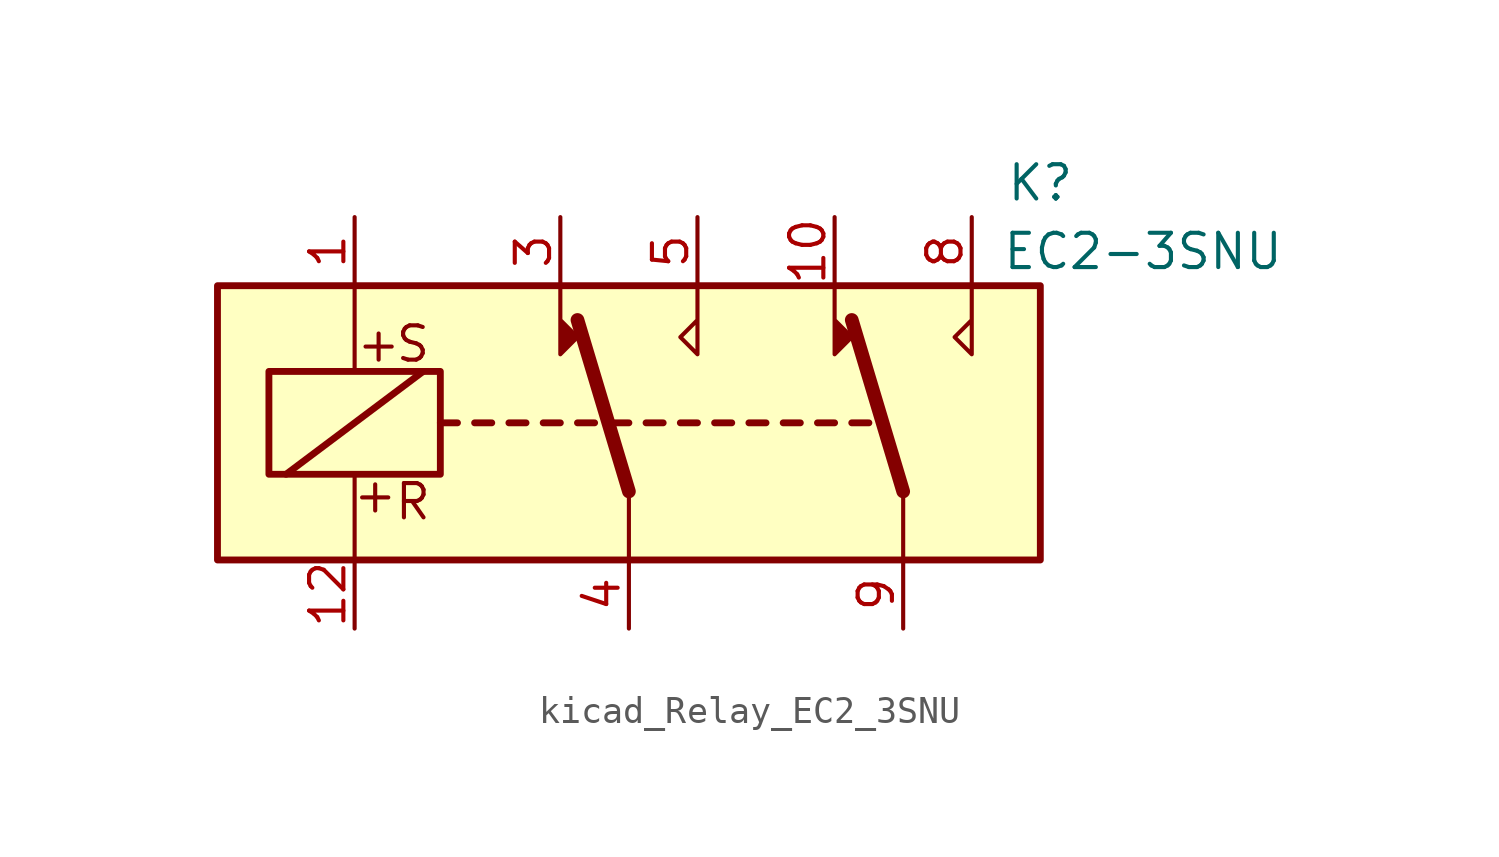
<source format=kicad_sym>
(kicad_symbol_lib
  (version 20220914)
  (generator kicad_symbol_editor)
  (symbol "kicad_Relay_EC2_3SNU"
    (property "Reference" "K"
      (at 15.24 8.89 0)
      (effects (font (size 1.27 1.27))))
    (property "Value" "EC2-3SNU"
      (at 19.05 6.35 0)
      (effects (font (size 1.27 1.27))))
    (symbol "kicad_Relay_EC2_3SNU_0_0"
      (text "S" (at -8.001 2.921 0) (effects (font (size 1.27 1.27)))))
    (symbol "kicad_Relay_EC2_3SNU_1_1"
      (rectangle (start -15.24 5.08) (end 15.24 -5.08) (stroke (width 0.254) (type default)) (fill (type background)))
      (rectangle (start -13.335 1.905) (end -6.985 -1.905) (stroke (width 0.254) (type default)) (fill (type none)))
      (polyline (pts (xy -12.7 -1.905) (xy -7.62 1.905)) (stroke (width 0.254) (type default)) (fill (type none)))
      (polyline (pts (xy -10.16 -5.08) (xy -10.16 -1.905)) (stroke (width 0) (type default)) (fill (type none)))
      (polyline (pts (xy -10.16 5.08) (xy -10.16 1.905)) (stroke (width 0) (type default)) (fill (type none)))
      (polyline (pts (xy -6.985 0) (xy -6.35 0)) (stroke (width 0.254) (type default)) (fill (type none)))
      (polyline (pts (xy -5.715 0) (xy -5.08 0)) (stroke (width 0.254) (type default)) (fill (type none)))
      (polyline (pts (xy -4.445 0) (xy -3.81 0)) (stroke (width 0.254) (type default)) (fill (type none)))
      (polyline (pts (xy -3.175 0) (xy -2.54 0)) (stroke (width 0.254) (type default)) (fill (type none)))
      (polyline (pts (xy -1.905 0) (xy -1.27 0)) (stroke (width 0.254) (type default)) (fill (type none)))
      (polyline (pts (xy -0.635 0) (xy 0 0)) (stroke (width 0.254) (type default)) (fill (type none)))
      (polyline (pts (xy 0 -2.54) (xy -1.905 3.81)) (stroke (width 0.508) (type default)) (fill (type none)))
      (polyline (pts (xy 0 -2.54) (xy 0 -5.08)) (stroke (width 0) (type default)) (fill (type none)))
      (polyline (pts (xy 0.635 0) (xy 1.27 0)) (stroke (width 0.254) (type default)) (fill (type none)))
      (polyline (pts (xy 1.905 0) (xy 2.54 0)) (stroke (width 0.254) (type default)) (fill (type none)))
      (polyline (pts (xy 3.175 0) (xy 3.81 0)) (stroke (width 0.254) (type default)) (fill (type none)))
      (polyline (pts (xy 4.445 0) (xy 5.08 0)) (stroke (width 0.254) (type default)) (fill (type none)))
      (polyline (pts (xy 5.715 0) (xy 6.35 0)) (stroke (width 0.254) (type default)) (fill (type none)))
      (polyline (pts (xy 6.985 0) (xy 7.62 0)) (stroke (width 0.254) (type default)) (fill (type none)))
      (polyline (pts (xy 8.255 0) (xy 8.89 0)) (stroke (width 0.254) (type default)) (fill (type none)))
      (polyline (pts (xy 10.16 -2.54) (xy 8.255 3.81)) (stroke (width 0.508) (type default)) (fill (type none)))
      (polyline (pts (xy 10.16 -2.54) (xy 10.16 -5.08)) (stroke (width 0) (type default)) (fill (type none)))
      (polyline (pts (xy -2.54 5.08) (xy -2.54 2.54) (xy -1.905 3.175) (xy -2.54 3.81)) (stroke (width 0) (type default)) (fill (type outline)))
      (polyline (pts (xy 2.54 5.08) (xy 2.54 2.54) (xy 1.905 3.175) (xy 2.54 3.81)) (stroke (width 0) (type default)) (fill (type none)))
      (polyline (pts (xy 7.62 5.08) (xy 7.62 2.54) (xy 8.255 3.175) (xy 7.62 3.81)) (stroke (width 0) (type default)) (fill (type outline)))
      (polyline (pts (xy 12.7 5.08) (xy 12.7 2.54) (xy 12.065 3.175) (xy 12.7 3.81)) (stroke (width 0) (type default)) (fill (type none)))
      (text "+" (at -9.398 -2.667 0) (effects (font (size 1.27 1.27))))
      (text "+" (at -9.271 2.921 0) (effects (font (size 1.27 1.27))))
      (text "R" (at -8.001 -2.921 0) (effects (font (size 1.27 1.27))))
      (pin passive line (at -10.16 7.62 270) (length 2.54) (name "~" (effects (font (size 1.27 1.27)))) (number "1" (effects (font (size 1.27 1.27)))))
      (pin passive line (at 7.62 7.62 270) (length 2.54) (name "~" (effects (font (size 1.27 1.27)))) (number "10" (effects (font (size 1.27 1.27)))))
      (pin passive line (at -10.16 -7.62 90) (length 2.54) (name "~" (effects (font (size 1.27 1.27)))) (number "12" (effects (font (size 1.27 1.27)))))
      (pin passive line (at -2.54 7.62 270) (length 2.54) (name "~" (effects (font (size 1.27 1.27)))) (number "3" (effects (font (size 1.27 1.27)))))
      (pin passive line (at 0 -7.62 90) (length 2.54) (name "~" (effects (font (size 1.27 1.27)))) (number "4" (effects (font (size 1.27 1.27)))))
      (pin passive line (at 2.54 7.62 270) (length 2.54) (name "~" (effects (font (size 1.27 1.27)))) (number "5" (effects (font (size 1.27 1.27)))))
      (pin passive line (at 12.7 7.62 270) (length 2.54) (name "~" (effects (font (size 1.27 1.27)))) (number "8" (effects (font (size 1.27 1.27)))))
      (pin passive line (at 10.16 -7.62 90) (length 2.54) (name "~" (effects (font (size 1.27 1.27)))) (number "9" (effects (font (size 1.27 1.27))))))))
</source>
